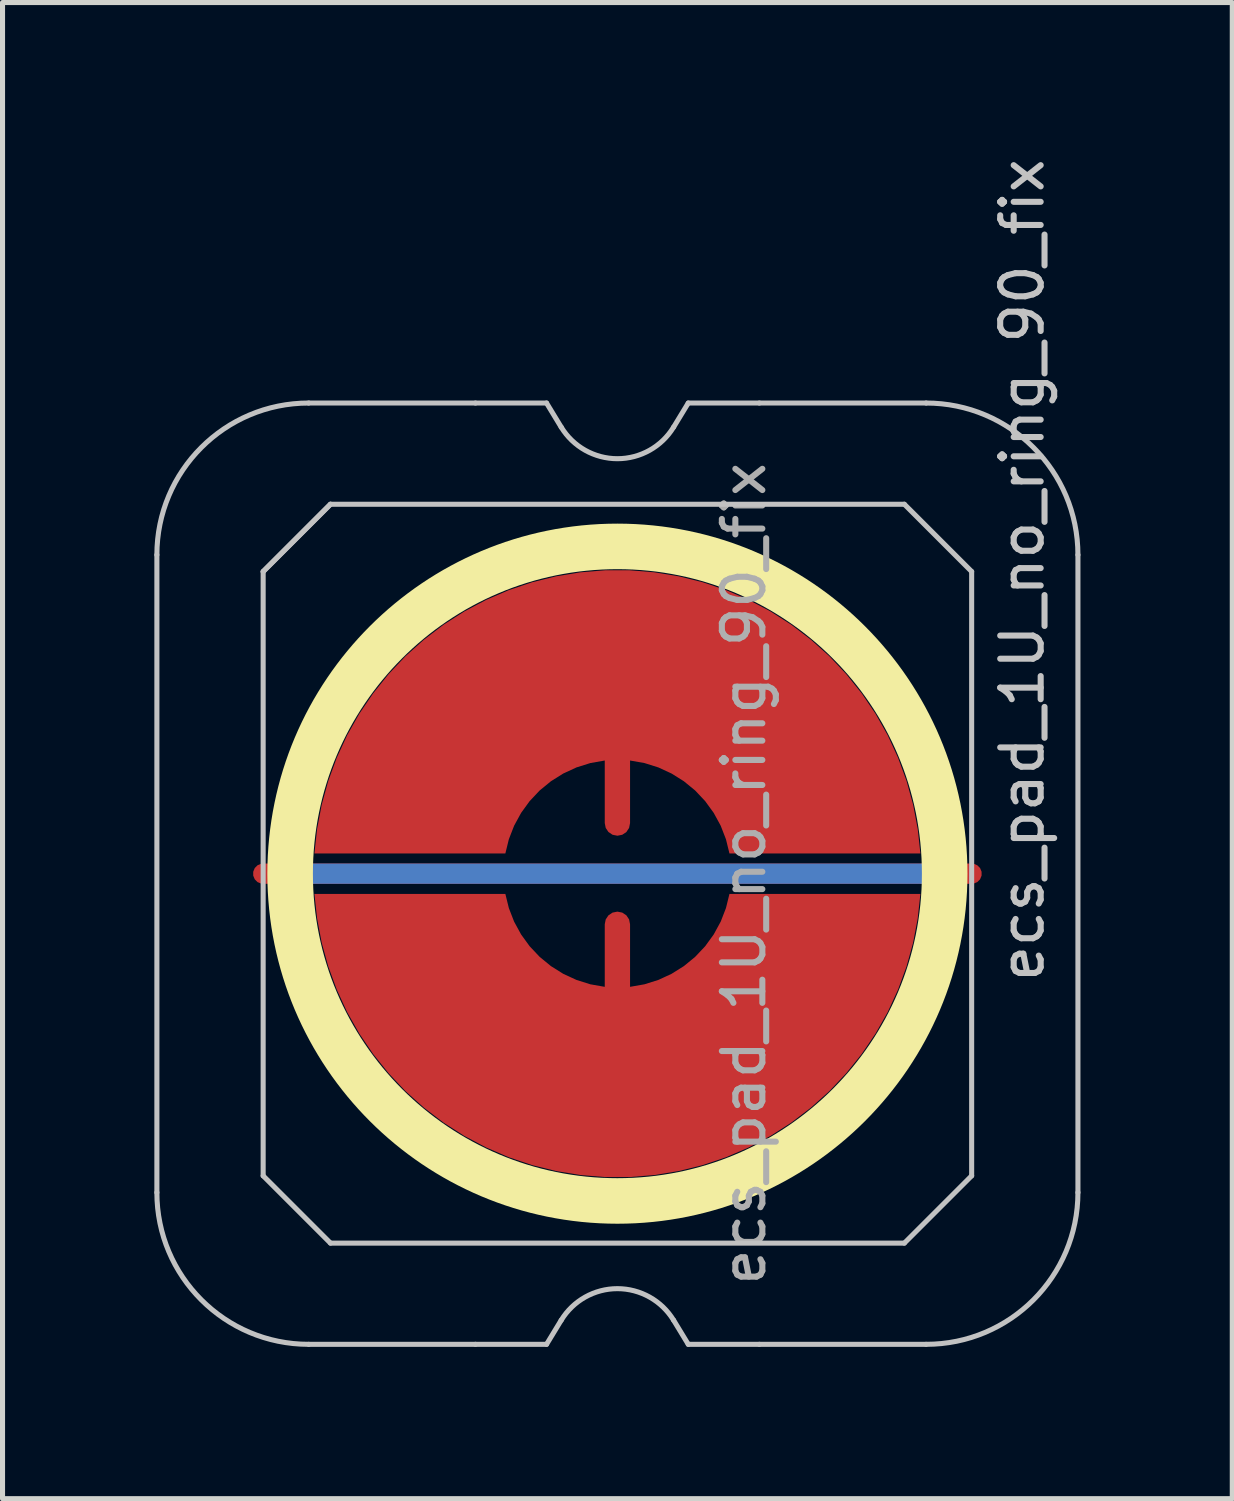
<source format=kicad_pcb>
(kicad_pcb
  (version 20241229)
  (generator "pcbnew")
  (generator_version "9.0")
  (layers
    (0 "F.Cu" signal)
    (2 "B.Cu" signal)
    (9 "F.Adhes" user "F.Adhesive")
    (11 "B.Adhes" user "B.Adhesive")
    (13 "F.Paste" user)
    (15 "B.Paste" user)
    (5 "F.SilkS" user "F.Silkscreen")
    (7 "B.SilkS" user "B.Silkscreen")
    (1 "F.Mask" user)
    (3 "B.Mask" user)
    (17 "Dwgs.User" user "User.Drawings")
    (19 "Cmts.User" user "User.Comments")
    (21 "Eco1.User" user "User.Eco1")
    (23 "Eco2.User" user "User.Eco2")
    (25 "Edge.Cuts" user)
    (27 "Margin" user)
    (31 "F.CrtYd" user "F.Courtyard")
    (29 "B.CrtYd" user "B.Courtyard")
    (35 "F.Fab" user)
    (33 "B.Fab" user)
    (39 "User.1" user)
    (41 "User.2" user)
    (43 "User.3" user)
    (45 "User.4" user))
  (footprint "ecs_pad_1U_no_ring_90_fix"
    (layer "F.Cu")
    (at 9.15 14.214)
    (property "Reference" "ecs_pad_1U_no_ring_90_fix" (at 8 -6 270) (layer "Dwgs.User") (effects (font (size 0.8 0.8) (thickness 0.12))))
    (attr smd exclude_from_bom)
    (fp_circle (center 0 0) (end 0 6.467) (stroke (width 0.9) (type solid)) (fill no) (layer "F.SilkS"))
    (fp_line (start -9.1 6.3) (end -9.1 -6.3) (stroke (width 0.1) (type solid)) (layer "Dwgs.User"))
    (fp_line (start -7 -5.97) (end -5.67 -7.3) (stroke (width 0.1) (type solid)) (layer "Dwgs.User"))
    (fp_line (start -7 5.97) (end -7 -5.97) (stroke (width 0.1) (type solid)) (layer "Dwgs.User"))
    (fp_line (start -6.1 -9.3) (end -2.805 -9.3) (stroke (width 0.1) (type solid)) (layer "Dwgs.User"))
    (fp_line (start -5.67 -7.3) (end -7 -5.97) (stroke (width 0.1) (type solid)) (layer "Dwgs.User"))
    (fp_line (start -5.67 -7.3) (end 5.67 -7.3) (stroke (width 0.1) (type solid)) (layer "Dwgs.User"))
    (fp_line (start -5.67 7.3) (end -7 5.97) (stroke (width 0.1) (type solid)) (layer "Dwgs.User"))
    (fp_line (start -2.805 -9.3) (end -1.4 -9.3) (stroke (width 0.1) (type solid)) (layer "Dwgs.User"))
    (fp_line (start -2.805 9.3) (end -6.1 9.3) (stroke (width 0.1) (type solid)) (layer "Dwgs.User"))
    (fp_line (start -1.4 -9.3) (end -1.111 -8.824) (stroke (width 0.1) (type solid)) (layer "Dwgs.User"))
    (fp_line (start -1.4 9.3) (end -2.805 9.3) (stroke (width 0.1) (type solid)) (layer "Dwgs.User"))
    (fp_line (start -1.111 8.824) (end -1.4 9.3) (stroke (width 0.1) (type solid)) (layer "Dwgs.User"))
    (fp_line (start 1.111 -8.824) (end 1.4 -9.3) (stroke (width 0.1) (type solid)) (layer "Dwgs.User"))
    (fp_line (start 1.4 -9.3) (end 2.805 -9.3) (stroke (width 0.1) (type solid)) (layer "Dwgs.User"))
    (fp_line (start 1.4 9.3) (end 1.111 8.824) (stroke (width 0.1) (type solid)) (layer "Dwgs.User"))
    (fp_line (start 2.805 -9.3) (end 6.1 -9.3) (stroke (width 0.1) (type solid)) (layer "Dwgs.User"))
    (fp_line (start 2.805 9.3) (end 1.4 9.3) (stroke (width 0.1) (type solid)) (layer "Dwgs.User"))
    (fp_line (start 5.67 -7.3) (end 7 -5.97) (stroke (width 0.1) (type solid)) (layer "Dwgs.User"))
    (fp_line (start 5.67 7.3) (end -5.67 7.3) (stroke (width 0.1) (type solid)) (layer "Dwgs.User"))
    (fp_line (start 6.1 9.3) (end 2.805 9.3) (stroke (width 0.1) (type solid)) (layer "Dwgs.User"))
    (fp_line (start 7 -5.97) (end 7 5.97) (stroke (width 0.1) (type solid)) (layer "Dwgs.User"))
    (fp_line (start 7 5.97) (end 5.67 7.3) (stroke (width 0.1) (type solid)) (layer "Dwgs.User"))
    (fp_line (start 9.1 -6.3) (end 9.1 6.3) (stroke (width 0.1) (type solid)) (layer "Dwgs.User"))
    (fp_arc (start -9.1 -6.3) (mid -8.22132 -8.42132) (end -6.1 -9.3) (stroke (width 0.1) (type solid)) (layer "Dwgs.User"))
    (fp_arc (start -6.1 9.3) (mid -8.22132 8.42132) (end -9.1 6.3) (stroke (width 0.1) (type solid)) (layer "Dwgs.User"))
    (fp_arc (start -1.110619 8.824333) (mid 0 8.2) (end 1.110619 8.824333) (stroke (width 0.1) (type solid)) (layer "Dwgs.User"))
    (fp_arc (start 1.110619 -8.824333) (mid 0 -8.2) (end -1.110619 -8.824333) (stroke (width 0.1) (type solid)) (layer "Dwgs.User"))
    (fp_arc (start 6.1 -9.3) (mid 8.22132 -8.42132) (end 9.1 -6.3) (stroke (width 0.1) (type solid)) (layer "Dwgs.User"))
    (fp_arc (start 9.1 6.3) (mid 8.22132 8.42132) (end 6.1 9.3) (stroke (width 0.1) (type solid)) (layer "Dwgs.User"))
    (fp_line (start -9.1 6.3) (end -9.1 -6.3) (stroke (width 0.1) (type solid)) (layer "Eco1.User"))
    (fp_line (start -6.1 -9.3) (end -2.805 -9.3) (stroke (width 0.1) (type solid)) (layer "Eco1.User"))
    (fp_line (start -2.805 -9.3) (end -1.4 -9.3) (stroke (width 0.1) (type solid)) (layer "Eco1.User"))
    (fp_line (start -2.805 9.3) (end -6.1 9.3) (stroke (width 0.1) (type solid)) (layer "Eco1.User"))
    (fp_line (start -1.4 -9.3) (end -1.111 -8.824) (stroke (width 0.1) (type solid)) (layer "Eco1.User"))
    (fp_line (start -1.4 9.3) (end -2.805 9.3) (stroke (width 0.1) (type solid)) (layer "Eco1.User"))
    (fp_line (start -1.111 8.824) (end -1.4 9.3) (stroke (width 0.1) (type solid)) (layer "Eco1.User"))
    (fp_line (start 1.111 -8.824) (end 1.4 -9.3) (stroke (width 0.1) (type solid)) (layer "Eco1.User"))
    (fp_line (start 1.4 -9.3) (end 2.805 -9.3) (stroke (width 0.1) (type solid)) (layer "Eco1.User"))
    (fp_line (start 1.4 9.3) (end 1.111 8.824) (stroke (width 0.1) (type solid)) (layer "Eco1.User"))
    (fp_line (start 2.805 -9.3) (end 6.1 -9.3) (stroke (width 0.1) (type solid)) (layer "Eco1.User"))
    (fp_line (start 2.805 9.3) (end 1.4 9.3) (stroke (width 0.1) (type solid)) (layer "Eco1.User"))
    (fp_line (start 6.1 9.3) (end 2.805 9.3) (stroke (width 0.1) (type solid)) (layer "Eco1.User"))
    (fp_line (start 9.1 -6.3) (end 9.1 6.3) (stroke (width 0.1) (type solid)) (layer "Eco1.User"))
    (fp_arc (start -9.1 -6.3) (mid -8.22132 -8.42132) (end -6.1 -9.3) (stroke (width 0.1) (type solid)) (layer "Eco1.User"))
    (fp_arc (start -6.1 9.3) (mid -8.22132 8.42132) (end -9.1 6.3) (stroke (width 0.1) (type solid)) (layer "Eco1.User"))
    (fp_arc (start -1.110619 8.824333) (mid 0 8.2) (end 1.110619 8.824333) (stroke (width 0.1) (type solid)) (layer "Eco1.User"))
    (fp_arc (start 1.110619 -8.824333) (mid 0 -8.2) (end -1.110619 -8.824333) (stroke (width 0.1) (type solid)) (layer "Eco1.User"))
    (fp_arc (start 6.1 -9.3) (mid 8.22132 -8.42132) (end 9.1 -6.3) (stroke (width 0.1) (type solid)) (layer "Eco1.User"))
    (fp_arc (start 9.1 6.3) (mid 8.22132 8.42132) (end 6.1 9.3) (stroke (width 0.1) (type solid)) (layer "Eco1.User"))
    (fp_text user "${REFERENCE}" (at 2.5 0 270) (layer "F.Fab") (effects (font (size 0.8 0.8) (thickness 0.12))))
    (pad "1" smd custom (at 0 -1 270) (size 0.4 0.4) (layers "F.Cu") (options (anchor circle)) (primitives (gr_poly (pts (xy 0.6 -2.214) (xy 0.32 -2.145) (xy 0.052 -2.041) (xy -0.201 -1.903) (xy -0.434 -1.734) (xy -0.644 -1.536) (xy -0.826 -1.314) (xy -0.979 -1.07) (xy -1.1 -0.808) (xy -1.186 -0.534) (xy -1.236 -0.25) (xy 0 -0.25) (xy 0.096 -0.231) (xy 0.177 -0.177) (xy 0.231 -0.096) (xy 0.25 0) (xy 0.231 0.096) (xy 0.177 0.177) (xy 0.096 0.231) (xy 0 0.25) (xy -1.236 0.25) (xy -1.186 0.534) (xy -1.1 0.808) (xy -0.979 1.07) (xy -0.826 1.314) (xy -0.644 1.536) (xy -0.434 1.734) (xy -0.201 1.903) (xy 0.052 2.041) (xy 0.32 2.145) (xy 0.6 2.214) (xy 0.6 5.987) (xy 0.115 5.934) (xy -0.364 5.843) (xy -0.834 5.713) (xy -1.292 5.545) (xy -1.735 5.341) (xy -2.159 5.101) (xy -2.563 4.827) (xy -2.943 4.522) (xy -3.298 4.187) (xy -3.623 3.824) (xy -3.919 3.436) (xy -4.182 3.025) (xy -4.41 2.594) (xy -4.603 2.147) (xy -4.759 1.684) (xy -4.876 1.211) (xy -4.955 0.73) (xy -4.995 0.244) (xy -4.995 -0.244) (xy -4.955 -0.73) (xy -4.876 -1.211) (xy -4.759 -1.684) (xy -4.603 -2.147) (xy -4.41 -2.594) (xy -4.182 -3.025) (xy -3.919 -3.436) (xy -3.623 -3.824) (xy -3.298 -4.187) (xy -2.943 -4.522) (xy -2.563 -4.827) (xy -2.159 -5.101) (xy -1.735 -5.341) (xy -1.292 -5.545) (xy -0.834 -5.713) (xy -0.364 -5.843) (xy 0.115 -5.934) (xy 0.6 -5.987)) (width 0) (fill yes))))
    (pad "2" smd custom (at 0 1 90) (size 0.4 0.4) (layers "F.Cu") (options (anchor circle)) (primitives (gr_poly (pts (xy 0.6 -2.214) (xy 0.32 -2.145) (xy 0.052 -2.041) (xy -0.201 -1.903) (xy -0.434 -1.734) (xy -0.644 -1.536) (xy -0.826 -1.314) (xy -0.979 -1.07) (xy -1.1 -0.808) (xy -1.186 -0.534) (xy -1.236 -0.25) (xy 0 -0.25) (xy 0.096 -0.231) (xy 0.177 -0.177) (xy 0.231 -0.096) (xy 0.25 0) (xy 0.231 0.096) (xy 0.177 0.177) (xy 0.096 0.231) (xy 0 0.25) (xy -1.236 0.25) (xy -1.186 0.534) (xy -1.1 0.808) (xy -0.979 1.07) (xy -0.826 1.314) (xy -0.644 1.536) (xy -0.434 1.734) (xy -0.201 1.903) (xy 0.052 2.041) (xy 0.32 2.145) (xy 0.6 2.214) (xy 0.6 5.987) (xy 0.115 5.934) (xy -0.364 5.843) (xy -0.834 5.713) (xy -1.292 5.545) (xy -1.735 5.341) (xy -2.159 5.101) (xy -2.563 4.827) (xy -2.943 4.522) (xy -3.298 4.187) (xy -3.623 3.824) (xy -3.919 3.436) (xy -4.182 3.025) (xy -4.41 2.594) (xy -4.603 2.147) (xy -4.759 1.684) (xy -4.876 1.211) (xy -4.955 0.73) (xy -4.995 0.244) (xy -4.995 -0.244) (xy -4.955 -0.73) (xy -4.876 -1.211) (xy -4.759 -1.684) (xy -4.603 -2.147) (xy -4.41 -2.594) (xy -4.182 -3.025) (xy -3.919 -3.436) (xy -3.623 -3.824) (xy -3.298 -4.187) (xy -2.943 -4.522) (xy -2.563 -4.827) (xy -2.159 -5.101) (xy -1.735 -5.341) (xy -1.292 -5.545) (xy -0.834 -5.713) (xy -0.364 -5.843) (xy 0.115 -5.934) (xy 0.6 -5.987)) (width 0) (fill yes))))
    (pad "3" smd custom (at 0 0 270) (size 0.4 0.4) (layers "F.Cu") (options (anchor rect)) (primitives (gr_line (start 0 -7) (end 0 7) (width 0.4))))
    (pad "3" smd custom (at 0 0 270) (size 0.4 0.4) (layers "B.Cu") (options (anchor rect)) (primitives (gr_line (start 0 -6.5) (end 0 6.5) (width 0.4))))
    (zone (net_name "") (layer "F.Cu") (hatch edge 0.508) (connect_pads) (min_thickness 0.254) (filled_areas_thickness no) (keepout (tracks allowed) (vias allowed) (pads allowed) (copperpour not_allowed) (footprints allowed)) (placement (enabled no)) (fill) (polygon (pts (xy 9.15 21.219) (xy 9.663 21.2) (xy 10.173 21.144) (xy 10.678 21.05) (xy 11.175 20.92) (xy 11.66 20.754) (xy 12.133 20.553) (xy 12.589 20.317) (xy 13.026 20.049) (xy 13.443 19.749) (xy 13.837 19.42) (xy 14.206 19.063) (xy 14.547 18.679) (xy 14.86 18.272) (xy 15.142 17.843) (xy 15.391 17.394) (xy 15.608 16.929) (xy 15.789 16.449) (xy 15.935 15.956) (xy 16.044 15.455) (xy 16.117 14.947) (xy 16.151 14.434) (xy 16.149 13.921) (xy 16.108 13.409) (xy 16.031 12.902) (xy 15.916 12.401) (xy 15.765 11.911) (xy 15.579 11.432) (xy 15.358 10.969) (xy 15.103 10.523) (xy 14.817 10.097) (xy 14.5 9.693) (xy 14.155 9.313) (xy 13.782 8.96) (xy 13.385 8.635) (xy 12.965 8.339) (xy 12.525 8.076) (xy 12.066 7.845) (xy 11.592 7.649) (xy 11.104 7.488) (xy 10.606 7.362) (xy 10.101 7.274) (xy 9.59 7.223) (xy 9.077 7.21) (xy 8.564 7.234) (xy 8.054 7.296) (xy 7.55 7.394) (xy 7.055 7.53) (xy 6.571 7.701) (xy 6.101 7.908) (xy 5.648 8.148) (xy 5.213 8.421) (xy 4.799 8.725) (xy 4.409 9.058) (xy 4.044 9.419) (xy 3.706 9.806) (xy 3.398 10.216) (xy 3.121 10.649) (xy 2.876 11.1) (xy 2.664 11.568) (xy 2.488 12.05) (xy 2.347 12.543) (xy 2.243 13.046) (xy 2.176 13.555) (xy 2.147 14.068) (xy 2.155 14.581) (xy 2.2 15.092) (xy 2.283 15.599) (xy 2.403 16.098) (xy 2.559 16.587) (xy 2.751 17.063) (xy 2.977 17.524) (xy 3.236 17.968) (xy 3.526 18.391) (xy 3.847 18.791) (xy 4.197 19.168) (xy 4.573 19.517) (xy 4.974 19.838) (xy 5.397 20.129) (xy 5.84 20.388) (xy 6.301 20.614) (xy 6.777 20.805) (xy 7.266 20.961) (xy 7.765 21.081) (xy 8.272 21.164) (xy 8.783 21.21))))
    (zone (net_name "") (layer "B.Cu") (hatch edge 0.508) (connect_pads) (min_thickness 0.254) (filled_areas_thickness no) (keepout (tracks allowed) (vias allowed) (pads allowed) (copperpour not_allowed) (footprints allowed)) (placement (enabled no)) (fill) (polygon (pts (xy 9.15 20.773) (xy 9.665 20.752) (xy 10.176 20.692) (xy 10.681 20.591) (xy 11.177 20.452) (xy 11.66 20.273) (xy 12.127 20.058) (xy 12.577 19.806) (xy 13.005 19.52) (xy 13.409 19.201) (xy 13.787 18.852) (xy 14.137 18.474) (xy 14.456 18.069) (xy 14.742 17.641) (xy 14.993 17.192) (xy 15.209 16.724) (xy 15.387 16.241) (xy 15.527 15.745) (xy 15.628 15.24) (xy 15.688 14.729) (xy 15.708 14.214) (xy 15.688 13.7) (xy 15.628 13.188) (xy 15.527 12.683) (xy 15.387 12.188) (xy 15.209 11.705) (xy 14.993 11.237) (xy 14.742 10.788) (xy 14.456 10.359) (xy 14.137 9.955) (xy 13.787 9.577) (xy 13.409 9.227) (xy 13.005 8.909) (xy 12.577 8.622) (xy 12.127 8.371) (xy 11.66 8.155) (xy 11.177 7.977) (xy 10.681 7.837) (xy 10.176 7.737) (xy 9.665 7.676) (xy 9.15 7.656) (xy 8.635 7.676) (xy 8.124 7.737) (xy 7.619 7.837) (xy 7.123 7.977) (xy 6.64 8.155) (xy 6.173 8.371) (xy 5.723 8.622) (xy 5.295 8.909) (xy 4.891 9.227) (xy 4.513 9.577) (xy 4.163 9.955) (xy 3.844 10.359) (xy 3.558 10.788) (xy 3.307 11.237) (xy 3.091 11.705) (xy 2.913 12.188) (xy 2.773 12.683) (xy 2.672 13.188) (xy 2.612 13.7) (xy 2.592 14.214) (xy 2.612 14.729) (xy 2.672 15.24) (xy 2.773 15.745) (xy 2.913 16.241) (xy 3.091 16.724) (xy 3.307 17.192) (xy 3.558 17.641) (xy 3.844 18.069) (xy 4.163 18.474) (xy 4.513 18.852) (xy 4.891 19.201) (xy 5.295 19.52) (xy 5.723 19.806) (xy 6.173 20.058) (xy 6.64 20.273) (xy 7.123 20.452) (xy 7.619 20.591) (xy 8.124 20.692) (xy 8.635 20.752)))))
  (gr_rect
    (start -3 -3)
    (end 21.3 26.564)
    (stroke (width 0.1) (type default))
    (fill no)
    (layer "Edge.Cuts")))
</source>
